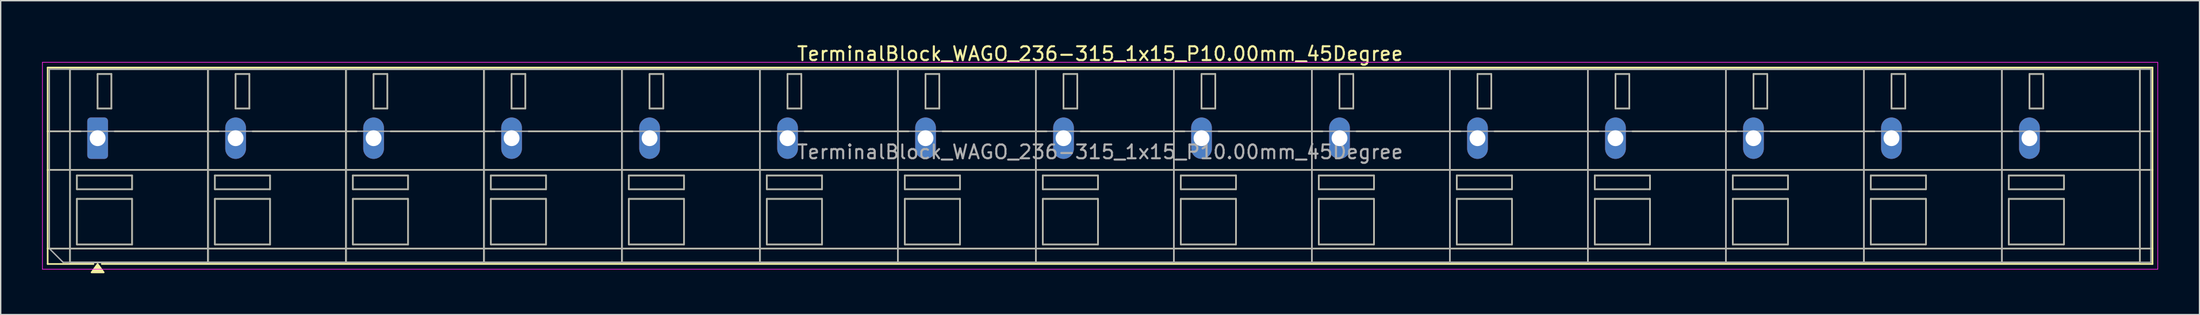
<source format=kicad_pcb>
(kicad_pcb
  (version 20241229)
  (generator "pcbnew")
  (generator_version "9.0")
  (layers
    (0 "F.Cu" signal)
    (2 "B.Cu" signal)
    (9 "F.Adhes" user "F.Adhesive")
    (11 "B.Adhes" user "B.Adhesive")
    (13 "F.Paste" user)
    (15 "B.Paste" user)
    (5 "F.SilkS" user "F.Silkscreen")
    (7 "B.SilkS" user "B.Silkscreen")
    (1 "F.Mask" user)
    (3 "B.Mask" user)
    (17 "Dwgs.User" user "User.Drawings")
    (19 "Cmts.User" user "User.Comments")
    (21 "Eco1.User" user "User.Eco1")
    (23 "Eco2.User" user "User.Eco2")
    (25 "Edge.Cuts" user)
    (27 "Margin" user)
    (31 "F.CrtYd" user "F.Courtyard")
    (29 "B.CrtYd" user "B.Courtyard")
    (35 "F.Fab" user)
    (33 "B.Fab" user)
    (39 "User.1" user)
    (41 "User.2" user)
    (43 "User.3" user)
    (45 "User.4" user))
  (footprint "TerminalBlock_WAGO_236-315_1x15_P10.00mm_45Degree"
    (layer "F.Cu")
    (at 4.025 6.968)
    (property "Reference" "TerminalBlock_WAGO_236-315_1x15_P10.00mm_45Degree" (at 72.65 -6.12 0) (layer "F.SilkS") (effects (font (size 1 1) (thickness 0.15))))
    (attr through_hole)
    (fp_line (start -3.62 -5.12) (end 148.92 -5.12) (stroke (width 0.12) (type solid)) (layer "F.SilkS"))
    (fp_line (start -3.62 -0.5) (end -1.23 -0.5) (stroke (width 0.12) (type solid)) (layer "F.SilkS"))
    (fp_line (start -3.62 2.3) (end 148.92 2.3) (stroke (width 0.12) (type solid)) (layer "F.SilkS"))
    (fp_line (start -3.62 8) (end 148.92 8) (stroke (width 0.12) (type solid)) (layer "F.SilkS"))
    (fp_line (start -3.62 9.12) (end -3.62 -5.12) (stroke (width 0.12) (type solid)) (layer "F.SilkS"))
    (fp_line (start -2 -5) (end 8 -5) (stroke (width 0.12) (type solid)) (layer "F.SilkS"))
    (fp_line (start -2 9) (end -2 -5) (stroke (width 0.12) (type solid)) (layer "F.SilkS"))
    (fp_line (start -1.5 2.7) (end 2.5 2.7) (stroke (width 0.12) (type solid)) (layer "F.SilkS"))
    (fp_line (start -1.5 3.7) (end -1.5 2.7) (stroke (width 0.12) (type solid)) (layer "F.SilkS"))
    (fp_line (start -1.5 4.4) (end 2.5 4.4) (stroke (width 0.12) (type solid)) (layer "F.SilkS"))
    (fp_line (start -1.5 7.7) (end -1.5 4.4) (stroke (width 0.12) (type solid)) (layer "F.SilkS"))
    (fp_line (start -0.3 9.12) (end -3.62 9.12) (stroke (width 0.12) (type solid)) (layer "F.SilkS"))
    (fp_line (start 0 -4.65) (end 1 -4.65) (stroke (width 0.12) (type solid)) (layer "F.SilkS"))
    (fp_line (start 0 -2.15) (end 0 -4.65) (stroke (width 0.12) (type solid)) (layer "F.SilkS"))
    (fp_line (start 1 -4.65) (end 1 -2.15) (stroke (width 0.12) (type solid)) (layer "F.SilkS"))
    (fp_line (start 1 -2.15) (end 0 -2.15) (stroke (width 0.12) (type solid)) (layer "F.SilkS"))
    (fp_line (start 1.23 -0.5) (end 8.77 -0.5) (stroke (width 0.12) (type solid)) (layer "F.SilkS"))
    (fp_line (start 2.5 2.7) (end 2.5 3.7) (stroke (width 0.12) (type solid)) (layer "F.SilkS"))
    (fp_line (start 2.5 3.7) (end -1.5 3.7) (stroke (width 0.12) (type solid)) (layer "F.SilkS"))
    (fp_line (start 2.5 4.4) (end 2.5 7.7) (stroke (width 0.12) (type solid)) (layer "F.SilkS"))
    (fp_line (start 2.5 7.7) (end -1.5 7.7) (stroke (width 0.12) (type solid)) (layer "F.SilkS"))
    (fp_line (start 8 -5) (end 8 9) (stroke (width 0.12) (type solid)) (layer "F.SilkS"))
    (fp_line (start 8 -5) (end 18 -5) (stroke (width 0.12) (type solid)) (layer "F.SilkS"))
    (fp_line (start 8 9) (end -2 9) (stroke (width 0.12) (type solid)) (layer "F.SilkS"))
    (fp_line (start 8 9) (end 8 -5) (stroke (width 0.12) (type solid)) (layer "F.SilkS"))
    (fp_line (start 8.5 2.7) (end 12.5 2.7) (stroke (width 0.12) (type solid)) (layer "F.SilkS"))
    (fp_line (start 8.5 3.7) (end 8.5 2.7) (stroke (width 0.12) (type solid)) (layer "F.SilkS"))
    (fp_line (start 8.5 4.4) (end 12.5 4.4) (stroke (width 0.12) (type solid)) (layer "F.SilkS"))
    (fp_line (start 8.5 7.7) (end 8.5 4.4) (stroke (width 0.12) (type solid)) (layer "F.SilkS"))
    (fp_line (start 10 -4.65) (end 11 -4.65) (stroke (width 0.12) (type solid)) (layer "F.SilkS"))
    (fp_line (start 10 -2.15) (end 10 -4.65) (stroke (width 0.12) (type solid)) (layer "F.SilkS"))
    (fp_line (start 11 -4.65) (end 11 -2.15) (stroke (width 0.12) (type solid)) (layer "F.SilkS"))
    (fp_line (start 11 -2.15) (end 10 -2.15) (stroke (width 0.12) (type solid)) (layer "F.SilkS"))
    (fp_line (start 11.23 -0.5) (end 18.77 -0.5) (stroke (width 0.12) (type solid)) (layer "F.SilkS"))
    (fp_line (start 12.5 2.7) (end 12.5 3.7) (stroke (width 0.12) (type solid)) (layer "F.SilkS"))
    (fp_line (start 12.5 3.7) (end 8.5 3.7) (stroke (width 0.12) (type solid)) (layer "F.SilkS"))
    (fp_line (start 12.5 4.4) (end 12.5 7.7) (stroke (width 0.12) (type solid)) (layer "F.SilkS"))
    (fp_line (start 12.5 7.7) (end 8.5 7.7) (stroke (width 0.12) (type solid)) (layer "F.SilkS"))
    (fp_line (start 18 -5) (end 18 9) (stroke (width 0.12) (type solid)) (layer "F.SilkS"))
    (fp_line (start 18 -5) (end 28 -5) (stroke (width 0.12) (type solid)) (layer "F.SilkS"))
    (fp_line (start 18 9) (end 8 9) (stroke (width 0.12) (type solid)) (layer "F.SilkS"))
    (fp_line (start 18 9) (end 18 -5) (stroke (width 0.12) (type solid)) (layer "F.SilkS"))
    (fp_line (start 18.5 2.7) (end 22.5 2.7) (stroke (width 0.12) (type solid)) (layer "F.SilkS"))
    (fp_line (start 18.5 3.7) (end 18.5 2.7) (stroke (width 0.12) (type solid)) (layer "F.SilkS"))
    (fp_line (start 18.5 4.4) (end 22.5 4.4) (stroke (width 0.12) (type solid)) (layer "F.SilkS"))
    (fp_line (start 18.5 7.7) (end 18.5 4.4) (stroke (width 0.12) (type solid)) (layer "F.SilkS"))
    (fp_line (start 20 -4.65) (end 21 -4.65) (stroke (width 0.12) (type solid)) (layer "F.SilkS"))
    (fp_line (start 20 -2.15) (end 20 -4.65) (stroke (width 0.12) (type solid)) (layer "F.SilkS"))
    (fp_line (start 21 -4.65) (end 21 -2.15) (stroke (width 0.12) (type solid)) (layer "F.SilkS"))
    (fp_line (start 21 -2.15) (end 20 -2.15) (stroke (width 0.12) (type solid)) (layer "F.SilkS"))
    (fp_line (start 21.23 -0.5) (end 28.77 -0.5) (stroke (width 0.12) (type solid)) (layer "F.SilkS"))
    (fp_line (start 22.5 2.7) (end 22.5 3.7) (stroke (width 0.12) (type solid)) (layer "F.SilkS"))
    (fp_line (start 22.5 3.7) (end 18.5 3.7) (stroke (width 0.12) (type solid)) (layer "F.SilkS"))
    (fp_line (start 22.5 4.4) (end 22.5 7.7) (stroke (width 0.12) (type solid)) (layer "F.SilkS"))
    (fp_line (start 22.5 7.7) (end 18.5 7.7) (stroke (width 0.12) (type solid)) (layer "F.SilkS"))
    (fp_line (start 28 -5) (end 28 9) (stroke (width 0.12) (type solid)) (layer "F.SilkS"))
    (fp_line (start 28 -5) (end 38 -5) (stroke (width 0.12) (type solid)) (layer "F.SilkS"))
    (fp_line (start 28 9) (end 18 9) (stroke (width 0.12) (type solid)) (layer "F.SilkS"))
    (fp_line (start 28 9) (end 28 -5) (stroke (width 0.12) (type solid)) (layer "F.SilkS"))
    (fp_line (start 28.5 2.7) (end 32.5 2.7) (stroke (width 0.12) (type solid)) (layer "F.SilkS"))
    (fp_line (start 28.5 3.7) (end 28.5 2.7) (stroke (width 0.12) (type solid)) (layer "F.SilkS"))
    (fp_line (start 28.5 4.4) (end 32.5 4.4) (stroke (width 0.12) (type solid)) (layer "F.SilkS"))
    (fp_line (start 28.5 7.7) (end 28.5 4.4) (stroke (width 0.12) (type solid)) (layer "F.SilkS"))
    (fp_line (start 30 -4.65) (end 31 -4.65) (stroke (width 0.12) (type solid)) (layer "F.SilkS"))
    (fp_line (start 30 -2.15) (end 30 -4.65) (stroke (width 0.12) (type solid)) (layer "F.SilkS"))
    (fp_line (start 31 -4.65) (end 31 -2.15) (stroke (width 0.12) (type solid)) (layer "F.SilkS"))
    (fp_line (start 31 -2.15) (end 30 -2.15) (stroke (width 0.12) (type solid)) (layer "F.SilkS"))
    (fp_line (start 31.23 -0.5) (end 38.77 -0.5) (stroke (width 0.12) (type solid)) (layer "F.SilkS"))
    (fp_line (start 32.5 2.7) (end 32.5 3.7) (stroke (width 0.12) (type solid)) (layer "F.SilkS"))
    (fp_line (start 32.5 3.7) (end 28.5 3.7) (stroke (width 0.12) (type solid)) (layer "F.SilkS"))
    (fp_line (start 32.5 4.4) (end 32.5 7.7) (stroke (width 0.12) (type solid)) (layer "F.SilkS"))
    (fp_line (start 32.5 7.7) (end 28.5 7.7) (stroke (width 0.12) (type solid)) (layer "F.SilkS"))
    (fp_line (start 38 -5) (end 38 9) (stroke (width 0.12) (type solid)) (layer "F.SilkS"))
    (fp_line (start 38 -5) (end 48 -5) (stroke (width 0.12) (type solid)) (layer "F.SilkS"))
    (fp_line (start 38 9) (end 28 9) (stroke (width 0.12) (type solid)) (layer "F.SilkS"))
    (fp_line (start 38 9) (end 38 -5) (stroke (width 0.12) (type solid)) (layer "F.SilkS"))
    (fp_line (start 38.5 2.7) (end 42.5 2.7) (stroke (width 0.12) (type solid)) (layer "F.SilkS"))
    (fp_line (start 38.5 3.7) (end 38.5 2.7) (stroke (width 0.12) (type solid)) (layer "F.SilkS"))
    (fp_line (start 38.5 4.4) (end 42.5 4.4) (stroke (width 0.12) (type solid)) (layer "F.SilkS"))
    (fp_line (start 38.5 7.7) (end 38.5 4.4) (stroke (width 0.12) (type solid)) (layer "F.SilkS"))
    (fp_line (start 40 -4.65) (end 41 -4.65) (stroke (width 0.12) (type solid)) (layer "F.SilkS"))
    (fp_line (start 40 -2.15) (end 40 -4.65) (stroke (width 0.12) (type solid)) (layer "F.SilkS"))
    (fp_line (start 41 -4.65) (end 41 -2.15) (stroke (width 0.12) (type solid)) (layer "F.SilkS"))
    (fp_line (start 41 -2.15) (end 40 -2.15) (stroke (width 0.12) (type solid)) (layer "F.SilkS"))
    (fp_line (start 41.23 -0.5) (end 48.77 -0.5) (stroke (width 0.12) (type solid)) (layer "F.SilkS"))
    (fp_line (start 42.5 2.7) (end 42.5 3.7) (stroke (width 0.12) (type solid)) (layer "F.SilkS"))
    (fp_line (start 42.5 3.7) (end 38.5 3.7) (stroke (width 0.12) (type solid)) (layer "F.SilkS"))
    (fp_line (start 42.5 4.4) (end 42.5 7.7) (stroke (width 0.12) (type solid)) (layer "F.SilkS"))
    (fp_line (start 42.5 7.7) (end 38.5 7.7) (stroke (width 0.12) (type solid)) (layer "F.SilkS"))
    (fp_line (start 48 -5) (end 48 9) (stroke (width 0.12) (type solid)) (layer "F.SilkS"))
    (fp_line (start 48 -5) (end 58 -5) (stroke (width 0.12) (type solid)) (layer "F.SilkS"))
    (fp_line (start 48 9) (end 38 9) (stroke (width 0.12) (type solid)) (layer "F.SilkS"))
    (fp_line (start 48 9) (end 48 -5) (stroke (width 0.12) (type solid)) (layer "F.SilkS"))
    (fp_line (start 48.5 2.7) (end 52.5 2.7) (stroke (width 0.12) (type solid)) (layer "F.SilkS"))
    (fp_line (start 48.5 3.7) (end 48.5 2.7) (stroke (width 0.12) (type solid)) (layer "F.SilkS"))
    (fp_line (start 48.5 4.4) (end 52.5 4.4) (stroke (width 0.12) (type solid)) (layer "F.SilkS"))
    (fp_line (start 48.5 7.7) (end 48.5 4.4) (stroke (width 0.12) (type solid)) (layer "F.SilkS"))
    (fp_line (start 50 -4.65) (end 51 -4.65) (stroke (width 0.12) (type solid)) (layer "F.SilkS"))
    (fp_line (start 50 -2.15) (end 50 -4.65) (stroke (width 0.12) (type solid)) (layer "F.SilkS"))
    (fp_line (start 51 -4.65) (end 51 -2.15) (stroke (width 0.12) (type solid)) (layer "F.SilkS"))
    (fp_line (start 51 -2.15) (end 50 -2.15) (stroke (width 0.12) (type solid)) (layer "F.SilkS"))
    (fp_line (start 51.23 -0.5) (end 58.77 -0.5) (stroke (width 0.12) (type solid)) (layer "F.SilkS"))
    (fp_line (start 52.5 2.7) (end 52.5 3.7) (stroke (width 0.12) (type solid)) (layer "F.SilkS"))
    (fp_line (start 52.5 3.7) (end 48.5 3.7) (stroke (width 0.12) (type solid)) (layer "F.SilkS"))
    (fp_line (start 52.5 4.4) (end 52.5 7.7) (stroke (width 0.12) (type solid)) (layer "F.SilkS"))
    (fp_line (start 52.5 7.7) (end 48.5 7.7) (stroke (width 0.12) (type solid)) (layer "F.SilkS"))
    (fp_line (start 58 -5) (end 58 9) (stroke (width 0.12) (type solid)) (layer "F.SilkS"))
    (fp_line (start 58 -5) (end 68 -5) (stroke (width 0.12) (type solid)) (layer "F.SilkS"))
    (fp_line (start 58 9) (end 48 9) (stroke (width 0.12) (type solid)) (layer "F.SilkS"))
    (fp_line (start 58 9) (end 58 -5) (stroke (width 0.12) (type solid)) (layer "F.SilkS"))
    (fp_line (start 58.5 2.7) (end 62.5 2.7) (stroke (width 0.12) (type solid)) (layer "F.SilkS"))
    (fp_line (start 58.5 3.7) (end 58.5 2.7) (stroke (width 0.12) (type solid)) (layer "F.SilkS"))
    (fp_line (start 58.5 4.4) (end 62.5 4.4) (stroke (width 0.12) (type solid)) (layer "F.SilkS"))
    (fp_line (start 58.5 7.7) (end 58.5 4.4) (stroke (width 0.12) (type solid)) (layer "F.SilkS"))
    (fp_line (start 60 -4.65) (end 61 -4.65) (stroke (width 0.12) (type solid)) (layer "F.SilkS"))
    (fp_line (start 60 -2.15) (end 60 -4.65) (stroke (width 0.12) (type solid)) (layer "F.SilkS"))
    (fp_line (start 61 -4.65) (end 61 -2.15) (stroke (width 0.12) (type solid)) (layer "F.SilkS"))
    (fp_line (start 61 -2.15) (end 60 -2.15) (stroke (width 0.12) (type solid)) (layer "F.SilkS"))
    (fp_line (start 61.23 -0.5) (end 68.77 -0.5) (stroke (width 0.12) (type solid)) (layer "F.SilkS"))
    (fp_line (start 62.5 2.7) (end 62.5 3.7) (stroke (width 0.12) (type solid)) (layer "F.SilkS"))
    (fp_line (start 62.5 3.7) (end 58.5 3.7) (stroke (width 0.12) (type solid)) (layer "F.SilkS"))
    (fp_line (start 62.5 4.4) (end 62.5 7.7) (stroke (width 0.12) (type solid)) (layer "F.SilkS"))
    (fp_line (start 62.5 7.7) (end 58.5 7.7) (stroke (width 0.12) (type solid)) (layer "F.SilkS"))
    (fp_line (start 68 -5) (end 68 9) (stroke (width 0.12) (type solid)) (layer "F.SilkS"))
    (fp_line (start 68 -5) (end 78 -5) (stroke (width 0.12) (type solid)) (layer "F.SilkS"))
    (fp_line (start 68 9) (end 58 9) (stroke (width 0.12) (type solid)) (layer "F.SilkS"))
    (fp_line (start 68 9) (end 68 -5) (stroke (width 0.12) (type solid)) (layer "F.SilkS"))
    (fp_line (start 68.5 2.7) (end 72.5 2.7) (stroke (width 0.12) (type solid)) (layer "F.SilkS"))
    (fp_line (start 68.5 3.7) (end 68.5 2.7) (stroke (width 0.12) (type solid)) (layer "F.SilkS"))
    (fp_line (start 68.5 4.4) (end 72.5 4.4) (stroke (width 0.12) (type solid)) (layer "F.SilkS"))
    (fp_line (start 68.5 7.7) (end 68.5 4.4) (stroke (width 0.12) (type solid)) (layer "F.SilkS"))
    (fp_line (start 70 -4.65) (end 71 -4.65) (stroke (width 0.12) (type solid)) (layer "F.SilkS"))
    (fp_line (start 70 -2.15) (end 70 -4.65) (stroke (width 0.12) (type solid)) (layer "F.SilkS"))
    (fp_line (start 71 -4.65) (end 71 -2.15) (stroke (width 0.12) (type solid)) (layer "F.SilkS"))
    (fp_line (start 71 -2.15) (end 70 -2.15) (stroke (width 0.12) (type solid)) (layer "F.SilkS"))
    (fp_line (start 71.23 -0.5) (end 78.77 -0.5) (stroke (width 0.12) (type solid)) (layer "F.SilkS"))
    (fp_line (start 72.5 2.7) (end 72.5 3.7) (stroke (width 0.12) (type solid)) (layer "F.SilkS"))
    (fp_line (start 72.5 3.7) (end 68.5 3.7) (stroke (width 0.12) (type solid)) (layer "F.SilkS"))
    (fp_line (start 72.5 4.4) (end 72.5 7.7) (stroke (width 0.12) (type solid)) (layer "F.SilkS"))
    (fp_line (start 72.5 7.7) (end 68.5 7.7) (stroke (width 0.12) (type solid)) (layer "F.SilkS"))
    (fp_line (start 78 -5) (end 78 9) (stroke (width 0.12) (type solid)) (layer "F.SilkS"))
    (fp_line (start 78 -5) (end 88 -5) (stroke (width 0.12) (type solid)) (layer "F.SilkS"))
    (fp_line (start 78 9) (end 68 9) (stroke (width 0.12) (type solid)) (layer "F.SilkS"))
    (fp_line (start 78 9) (end 78 -5) (stroke (width 0.12) (type solid)) (layer "F.SilkS"))
    (fp_line (start 78.5 2.7) (end 82.5 2.7) (stroke (width 0.12) (type solid)) (layer "F.SilkS"))
    (fp_line (start 78.5 3.7) (end 78.5 2.7) (stroke (width 0.12) (type solid)) (layer "F.SilkS"))
    (fp_line (start 78.5 4.4) (end 82.5 4.4) (stroke (width 0.12) (type solid)) (layer "F.SilkS"))
    (fp_line (start 78.5 7.7) (end 78.5 4.4) (stroke (width 0.12) (type solid)) (layer "F.SilkS"))
    (fp_line (start 80 -4.65) (end 81 -4.65) (stroke (width 0.12) (type solid)) (layer "F.SilkS"))
    (fp_line (start 80 -2.15) (end 80 -4.65) (stroke (width 0.12) (type solid)) (layer "F.SilkS"))
    (fp_line (start 81 -4.65) (end 81 -2.15) (stroke (width 0.12) (type solid)) (layer "F.SilkS"))
    (fp_line (start 81 -2.15) (end 80 -2.15) (stroke (width 0.12) (type solid)) (layer "F.SilkS"))
    (fp_line (start 81.23 -0.5) (end 88.77 -0.5) (stroke (width 0.12) (type solid)) (layer "F.SilkS"))
    (fp_line (start 82.5 2.7) (end 82.5 3.7) (stroke (width 0.12) (type solid)) (layer "F.SilkS"))
    (fp_line (start 82.5 3.7) (end 78.5 3.7) (stroke (width 0.12) (type solid)) (layer "F.SilkS"))
    (fp_line (start 82.5 4.4) (end 82.5 7.7) (stroke (width 0.12) (type solid)) (layer "F.SilkS"))
    (fp_line (start 82.5 7.7) (end 78.5 7.7) (stroke (width 0.12) (type solid)) (layer "F.SilkS"))
    (fp_line (start 88 -5) (end 88 9) (stroke (width 0.12) (type solid)) (layer "F.SilkS"))
    (fp_line (start 88 -5) (end 98 -5) (stroke (width 0.12) (type solid)) (layer "F.SilkS"))
    (fp_line (start 88 9) (end 78 9) (stroke (width 0.12) (type solid)) (layer "F.SilkS"))
    (fp_line (start 88 9) (end 88 -5) (stroke (width 0.12) (type solid)) (layer "F.SilkS"))
    (fp_line (start 88.5 2.7) (end 92.5 2.7) (stroke (width 0.12) (type solid)) (layer "F.SilkS"))
    (fp_line (start 88.5 3.7) (end 88.5 2.7) (stroke (width 0.12) (type solid)) (layer "F.SilkS"))
    (fp_line (start 88.5 4.4) (end 92.5 4.4) (stroke (width 0.12) (type solid)) (layer "F.SilkS"))
    (fp_line (start 88.5 7.7) (end 88.5 4.4) (stroke (width 0.12) (type solid)) (layer "F.SilkS"))
    (fp_line (start 90 -4.65) (end 91 -4.65) (stroke (width 0.12) (type solid)) (layer "F.SilkS"))
    (fp_line (start 90 -2.15) (end 90 -4.65) (stroke (width 0.12) (type solid)) (layer "F.SilkS"))
    (fp_line (start 91 -4.65) (end 91 -2.15) (stroke (width 0.12) (type solid)) (layer "F.SilkS"))
    (fp_line (start 91 -2.15) (end 90 -2.15) (stroke (width 0.12) (type solid)) (layer "F.SilkS"))
    (fp_line (start 91.23 -0.5) (end 98.77 -0.5) (stroke (width 0.12) (type solid)) (layer "F.SilkS"))
    (fp_line (start 92.5 2.7) (end 92.5 3.7) (stroke (width 0.12) (type solid)) (layer "F.SilkS"))
    (fp_line (start 92.5 3.7) (end 88.5 3.7) (stroke (width 0.12) (type solid)) (layer "F.SilkS"))
    (fp_line (start 92.5 4.4) (end 92.5 7.7) (stroke (width 0.12) (type solid)) (layer "F.SilkS"))
    (fp_line (start 92.5 7.7) (end 88.5 7.7) (stroke (width 0.12) (type solid)) (layer "F.SilkS"))
    (fp_line (start 98 -5) (end 98 9) (stroke (width 0.12) (type solid)) (layer "F.SilkS"))
    (fp_line (start 98 -5) (end 108 -5) (stroke (width 0.12) (type solid)) (layer "F.SilkS"))
    (fp_line (start 98 9) (end 88 9) (stroke (width 0.12) (type solid)) (layer "F.SilkS"))
    (fp_line (start 98 9) (end 98 -5) (stroke (width 0.12) (type solid)) (layer "F.SilkS"))
    (fp_line (start 98.5 2.7) (end 102.5 2.7) (stroke (width 0.12) (type solid)) (layer "F.SilkS"))
    (fp_line (start 98.5 3.7) (end 98.5 2.7) (stroke (width 0.12) (type solid)) (layer "F.SilkS"))
    (fp_line (start 98.5 4.4) (end 102.5 4.4) (stroke (width 0.12) (type solid)) (layer "F.SilkS"))
    (fp_line (start 98.5 7.7) (end 98.5 4.4) (stroke (width 0.12) (type solid)) (layer "F.SilkS"))
    (fp_line (start 100 -4.65) (end 101 -4.65) (stroke (width 0.12) (type solid)) (layer "F.SilkS"))
    (fp_line (start 100 -2.15) (end 100 -4.65) (stroke (width 0.12) (type solid)) (layer "F.SilkS"))
    (fp_line (start 101 -4.65) (end 101 -2.15) (stroke (width 0.12) (type solid)) (layer "F.SilkS"))
    (fp_line (start 101 -2.15) (end 100 -2.15) (stroke (width 0.12) (type solid)) (layer "F.SilkS"))
    (fp_line (start 101.23 -0.5) (end 108.77 -0.5) (stroke (width 0.12) (type solid)) (layer "F.SilkS"))
    (fp_line (start 102.5 2.7) (end 102.5 3.7) (stroke (width 0.12) (type solid)) (layer "F.SilkS"))
    (fp_line (start 102.5 3.7) (end 98.5 3.7) (stroke (width 0.12) (type solid)) (layer "F.SilkS"))
    (fp_line (start 102.5 4.4) (end 102.5 7.7) (stroke (width 0.12) (type solid)) (layer "F.SilkS"))
    (fp_line (start 102.5 7.7) (end 98.5 7.7) (stroke (width 0.12) (type solid)) (layer "F.SilkS"))
    (fp_line (start 108 -5) (end 108 9) (stroke (width 0.12) (type solid)) (layer "F.SilkS"))
    (fp_line (start 108 -5) (end 118 -5) (stroke (width 0.12) (type solid)) (layer "F.SilkS"))
    (fp_line (start 108 9) (end 98 9) (stroke (width 0.12) (type solid)) (layer "F.SilkS"))
    (fp_line (start 108 9) (end 108 -5) (stroke (width 0.12) (type solid)) (layer "F.SilkS"))
    (fp_line (start 108.5 2.7) (end 112.5 2.7) (stroke (width 0.12) (type solid)) (layer "F.SilkS"))
    (fp_line (start 108.5 3.7) (end 108.5 2.7) (stroke (width 0.12) (type solid)) (layer "F.SilkS"))
    (fp_line (start 108.5 4.4) (end 112.5 4.4) (stroke (width 0.12) (type solid)) (layer "F.SilkS"))
    (fp_line (start 108.5 7.7) (end 108.5 4.4) (stroke (width 0.12) (type solid)) (layer "F.SilkS"))
    (fp_line (start 110 -4.65) (end 111 -4.65) (stroke (width 0.12) (type solid)) (layer "F.SilkS"))
    (fp_line (start 110 -2.15) (end 110 -4.65) (stroke (width 0.12) (type solid)) (layer "F.SilkS"))
    (fp_line (start 111 -4.65) (end 111 -2.15) (stroke (width 0.12) (type solid)) (layer "F.SilkS"))
    (fp_line (start 111 -2.15) (end 110 -2.15) (stroke (width 0.12) (type solid)) (layer "F.SilkS"))
    (fp_line (start 111.23 -0.5) (end 118.77 -0.5) (stroke (width 0.12) (type solid)) (layer "F.SilkS"))
    (fp_line (start 112.5 2.7) (end 112.5 3.7) (stroke (width 0.12) (type solid)) (layer "F.SilkS"))
    (fp_line (start 112.5 3.7) (end 108.5 3.7) (stroke (width 0.12) (type solid)) (layer "F.SilkS"))
    (fp_line (start 112.5 4.4) (end 112.5 7.7) (stroke (width 0.12) (type solid)) (layer "F.SilkS"))
    (fp_line (start 112.5 7.7) (end 108.5 7.7) (stroke (width 0.12) (type solid)) (layer "F.SilkS"))
    (fp_line (start 118 -5) (end 118 9) (stroke (width 0.12) (type solid)) (layer "F.SilkS"))
    (fp_line (start 118 -5) (end 128 -5) (stroke (width 0.12) (type solid)) (layer "F.SilkS"))
    (fp_line (start 118 9) (end 108 9) (stroke (width 0.12) (type solid)) (layer "F.SilkS"))
    (fp_line (start 118 9) (end 118 -5) (stroke (width 0.12) (type solid)) (layer "F.SilkS"))
    (fp_line (start 118.5 2.7) (end 122.5 2.7) (stroke (width 0.12) (type solid)) (layer "F.SilkS"))
    (fp_line (start 118.5 3.7) (end 118.5 2.7) (stroke (width 0.12) (type solid)) (layer "F.SilkS"))
    (fp_line (start 118.5 4.4) (end 122.5 4.4) (stroke (width 0.12) (type solid)) (layer "F.SilkS"))
    (fp_line (start 118.5 7.7) (end 118.5 4.4) (stroke (width 0.12) (type solid)) (layer "F.SilkS"))
    (fp_line (start 120 -4.65) (end 121 -4.65) (stroke (width 0.12) (type solid)) (layer "F.SilkS"))
    (fp_line (start 120 -2.15) (end 120 -4.65) (stroke (width 0.12) (type solid)) (layer "F.SilkS"))
    (fp_line (start 121 -4.65) (end 121 -2.15) (stroke (width 0.12) (type solid)) (layer "F.SilkS"))
    (fp_line (start 121 -2.15) (end 120 -2.15) (stroke (width 0.12) (type solid)) (layer "F.SilkS"))
    (fp_line (start 121.23 -0.5) (end 128.77 -0.5) (stroke (width 0.12) (type solid)) (layer "F.SilkS"))
    (fp_line (start 122.5 2.7) (end 122.5 3.7) (stroke (width 0.12) (type solid)) (layer "F.SilkS"))
    (fp_line (start 122.5 3.7) (end 118.5 3.7) (stroke (width 0.12) (type solid)) (layer "F.SilkS"))
    (fp_line (start 122.5 4.4) (end 122.5 7.7) (stroke (width 0.12) (type solid)) (layer "F.SilkS"))
    (fp_line (start 122.5 7.7) (end 118.5 7.7) (stroke (width 0.12) (type solid)) (layer "F.SilkS"))
    (fp_line (start 128 -5) (end 128 9) (stroke (width 0.12) (type solid)) (layer "F.SilkS"))
    (fp_line (start 128 -5) (end 138 -5) (stroke (width 0.12) (type solid)) (layer "F.SilkS"))
    (fp_line (start 128 9) (end 118 9) (stroke (width 0.12) (type solid)) (layer "F.SilkS"))
    (fp_line (start 128 9) (end 128 -5) (stroke (width 0.12) (type solid)) (layer "F.SilkS"))
    (fp_line (start 128.5 2.7) (end 132.5 2.7) (stroke (width 0.12) (type solid)) (layer "F.SilkS"))
    (fp_line (start 128.5 3.7) (end 128.5 2.7) (stroke (width 0.12) (type solid)) (layer "F.SilkS"))
    (fp_line (start 128.5 4.4) (end 132.5 4.4) (stroke (width 0.12) (type solid)) (layer "F.SilkS"))
    (fp_line (start 128.5 7.7) (end 128.5 4.4) (stroke (width 0.12) (type solid)) (layer "F.SilkS"))
    (fp_line (start 130 -4.65) (end 131 -4.65) (stroke (width 0.12) (type solid)) (layer "F.SilkS"))
    (fp_line (start 130 -2.15) (end 130 -4.65) (stroke (width 0.12) (type solid)) (layer "F.SilkS"))
    (fp_line (start 131 -4.65) (end 131 -2.15) (stroke (width 0.12) (type solid)) (layer "F.SilkS"))
    (fp_line (start 131 -2.15) (end 130 -2.15) (stroke (width 0.12) (type solid)) (layer "F.SilkS"))
    (fp_line (start 131.23 -0.5) (end 138.77 -0.5) (stroke (width 0.12) (type solid)) (layer "F.SilkS"))
    (fp_line (start 132.5 2.7) (end 132.5 3.7) (stroke (width 0.12) (type solid)) (layer "F.SilkS"))
    (fp_line (start 132.5 3.7) (end 128.5 3.7) (stroke (width 0.12) (type solid)) (layer "F.SilkS"))
    (fp_line (start 132.5 4.4) (end 132.5 7.7) (stroke (width 0.12) (type solid)) (layer "F.SilkS"))
    (fp_line (start 132.5 7.7) (end 128.5 7.7) (stroke (width 0.12) (type solid)) (layer "F.SilkS"))
    (fp_line (start 138 -5) (end 138 9) (stroke (width 0.12) (type solid)) (layer "F.SilkS"))
    (fp_line (start 138 -5) (end 148 -5) (stroke (width 0.12) (type solid)) (layer "F.SilkS"))
    (fp_line (start 138 9) (end 128 9) (stroke (width 0.12) (type solid)) (layer "F.SilkS"))
    (fp_line (start 138 9) (end 138 -5) (stroke (width 0.12) (type solid)) (layer "F.SilkS"))
    (fp_line (start 138.5 2.7) (end 142.5 2.7) (stroke (width 0.12) (type solid)) (layer "F.SilkS"))
    (fp_line (start 138.5 3.7) (end 138.5 2.7) (stroke (width 0.12) (type solid)) (layer "F.SilkS"))
    (fp_line (start 138.5 4.4) (end 142.5 4.4) (stroke (width 0.12) (type solid)) (layer "F.SilkS"))
    (fp_line (start 138.5 7.7) (end 138.5 4.4) (stroke (width 0.12) (type solid)) (layer "F.SilkS"))
    (fp_line (start 140 -4.65) (end 141 -4.65) (stroke (width 0.12) (type solid)) (layer "F.SilkS"))
    (fp_line (start 140 -2.15) (end 140 -4.65) (stroke (width 0.12) (type solid)) (layer "F.SilkS"))
    (fp_line (start 141 -4.65) (end 141 -2.15) (stroke (width 0.12) (type solid)) (layer "F.SilkS"))
    (fp_line (start 141 -2.15) (end 140 -2.15) (stroke (width 0.12) (type solid)) (layer "F.SilkS"))
    (fp_line (start 141.23 -0.5) (end 148.92 -0.5) (stroke (width 0.12) (type solid)) (layer "F.SilkS"))
    (fp_line (start 142.5 2.7) (end 142.5 3.7) (stroke (width 0.12) (type solid)) (layer "F.SilkS"))
    (fp_line (start 142.5 3.7) (end 138.5 3.7) (stroke (width 0.12) (type solid)) (layer "F.SilkS"))
    (fp_line (start 142.5 4.4) (end 142.5 7.7) (stroke (width 0.12) (type solid)) (layer "F.SilkS"))
    (fp_line (start 142.5 7.7) (end 138.5 7.7) (stroke (width 0.12) (type solid)) (layer "F.SilkS"))
    (fp_line (start 148 -5) (end 148 9) (stroke (width 0.12) (type solid)) (layer "F.SilkS"))
    (fp_line (start 148 9) (end 138 9) (stroke (width 0.12) (type solid)) (layer "F.SilkS"))
    (fp_line (start 148.92 -5.12) (end 148.92 9.12) (stroke (width 0.12) (type solid)) (layer "F.SilkS"))
    (fp_line (start 148.92 9.12) (end 0.3 9.12) (stroke (width 0.12) (type solid)) (layer "F.SilkS"))
    (fp_poly (pts (xy 0 9.12) (xy 0.44 9.73) (xy -0.44 9.73)) (stroke (width 0.12) (type solid)) (fill yes) (layer "F.SilkS"))
    (fp_line (start -4 -5.5) (end -4 9.5) (stroke (width 0.05) (type solid)) (layer "F.CrtYd"))
    (fp_line (start -4 9.5) (end 149.3 9.5) (stroke (width 0.05) (type solid)) (layer "F.CrtYd"))
    (fp_line (start 149.3 -5.5) (end -4 -5.5) (stroke (width 0.05) (type solid)) (layer "F.CrtYd"))
    (fp_line (start 149.3 9.5) (end 149.3 -5.5) (stroke (width 0.05) (type solid)) (layer "F.CrtYd"))
    (fp_line (start -3.5 -5) (end 148.8 -5) (stroke (width 0.1) (type solid)) (layer "F.Fab"))
    (fp_line (start -3.5 -0.5) (end 148.8 -0.5) (stroke (width 0.1) (type solid)) (layer "F.Fab"))
    (fp_line (start -3.5 2.3) (end 148.8 2.3) (stroke (width 0.1) (type solid)) (layer "F.Fab"))
    (fp_line (start -3.5 8) (end -3.5 -5) (stroke (width 0.1) (type solid)) (layer "F.Fab"))
    (fp_line (start -3.5 8) (end 148.8 8) (stroke (width 0.1) (type solid)) (layer "F.Fab"))
    (fp_line (start -2.5 9) (end -3.5 8) (stroke (width 0.1) (type solid)) (layer "F.Fab"))
    (fp_line (start -2 -5) (end -2 9) (stroke (width 0.1) (type solid)) (layer "F.Fab"))
    (fp_line (start -2 9) (end 8 9) (stroke (width 0.1) (type solid)) (layer "F.Fab"))
    (fp_line (start -1.5 2.7) (end -1.5 3.7) (stroke (width 0.1) (type solid)) (layer "F.Fab"))
    (fp_line (start -1.5 3.7) (end 2.5 3.7) (stroke (width 0.1) (type solid)) (layer "F.Fab"))
    (fp_line (start -1.5 4.4) (end -1.5 7.7) (stroke (width 0.1) (type solid)) (layer "F.Fab"))
    (fp_line (start -1.5 7.7) (end 2.5 7.7) (stroke (width 0.1) (type solid)) (layer "F.Fab"))
    (fp_line (start 0 -4.65) (end 0 -2.15) (stroke (width 0.1) (type solid)) (layer "F.Fab"))
    (fp_line (start 0 -2.15) (end 1 -2.15) (stroke (width 0.1) (type solid)) (layer "F.Fab"))
    (fp_line (start 1 -4.65) (end 0 -4.65) (stroke (width 0.1) (type solid)) (layer "F.Fab"))
    (fp_line (start 1 -2.15) (end 1 -4.65) (stroke (width 0.1) (type solid)) (layer "F.Fab"))
    (fp_line (start 2.5 2.7) (end -1.5 2.7) (stroke (width 0.1) (type solid)) (layer "F.Fab"))
    (fp_line (start 2.5 3.7) (end 2.5 2.7) (stroke (width 0.1) (type solid)) (layer "F.Fab"))
    (fp_line (start 2.5 4.4) (end -1.5 4.4) (stroke (width 0.1) (type solid)) (layer "F.Fab"))
    (fp_line (start 2.5 7.7) (end 2.5 4.4) (stroke (width 0.1) (type solid)) (layer "F.Fab"))
    (fp_line (start 8 -5) (end -2 -5) (stroke (width 0.1) (type solid)) (layer "F.Fab"))
    (fp_line (start 8 -5) (end 8 9) (stroke (width 0.1) (type solid)) (layer "F.Fab"))
    (fp_line (start 8 9) (end 8 -5) (stroke (width 0.1) (type solid)) (layer "F.Fab"))
    (fp_line (start 8 9) (end 18 9) (stroke (width 0.1) (type solid)) (layer "F.Fab"))
    (fp_line (start 8.5 2.7) (end 8.5 3.7) (stroke (width 0.1) (type solid)) (layer "F.Fab"))
    (fp_line (start 8.5 3.7) (end 12.5 3.7) (stroke (width 0.1) (type solid)) (layer "F.Fab"))
    (fp_line (start 8.5 4.4) (end 8.5 7.7) (stroke (width 0.1) (type solid)) (layer "F.Fab"))
    (fp_line (start 8.5 7.7) (end 12.5 7.7) (stroke (width 0.1) (type solid)) (layer "F.Fab"))
    (fp_line (start 10 -4.65) (end 10 -2.15) (stroke (width 0.1) (type solid)) (layer "F.Fab"))
    (fp_line (start 10 -2.15) (end 11 -2.15) (stroke (width 0.1) (type solid)) (layer "F.Fab"))
    (fp_line (start 11 -4.65) (end 10 -4.65) (stroke (width 0.1) (type solid)) (layer "F.Fab"))
    (fp_line (start 11 -2.15) (end 11 -4.65) (stroke (width 0.1) (type solid)) (layer "F.Fab"))
    (fp_line (start 12.5 2.7) (end 8.5 2.7) (stroke (width 0.1) (type solid)) (layer "F.Fab"))
    (fp_line (start 12.5 3.7) (end 12.5 2.7) (stroke (width 0.1) (type solid)) (layer "F.Fab"))
    (fp_line (start 12.5 4.4) (end 8.5 4.4) (stroke (width 0.1) (type solid)) (layer "F.Fab"))
    (fp_line (start 12.5 7.7) (end 12.5 4.4) (stroke (width 0.1) (type solid)) (layer "F.Fab"))
    (fp_line (start 18 -5) (end 8 -5) (stroke (width 0.1) (type solid)) (layer "F.Fab"))
    (fp_line (start 18 -5) (end 18 9) (stroke (width 0.1) (type solid)) (layer "F.Fab"))
    (fp_line (start 18 9) (end 18 -5) (stroke (width 0.1) (type solid)) (layer "F.Fab"))
    (fp_line (start 18 9) (end 28 9) (stroke (width 0.1) (type solid)) (layer "F.Fab"))
    (fp_line (start 18.5 2.7) (end 18.5 3.7) (stroke (width 0.1) (type solid)) (layer "F.Fab"))
    (fp_line (start 18.5 3.7) (end 22.5 3.7) (stroke (width 0.1) (type solid)) (layer "F.Fab"))
    (fp_line (start 18.5 4.4) (end 18.5 7.7) (stroke (width 0.1) (type solid)) (layer "F.Fab"))
    (fp_line (start 18.5 7.7) (end 22.5 7.7) (stroke (width 0.1) (type solid)) (layer "F.Fab"))
    (fp_line (start 20 -4.65) (end 20 -2.15) (stroke (width 0.1) (type solid)) (layer "F.Fab"))
    (fp_line (start 20 -2.15) (end 21 -2.15) (stroke (width 0.1) (type solid)) (layer "F.Fab"))
    (fp_line (start 21 -4.65) (end 20 -4.65) (stroke (width 0.1) (type solid)) (layer "F.Fab"))
    (fp_line (start 21 -2.15) (end 21 -4.65) (stroke (width 0.1) (type solid)) (layer "F.Fab"))
    (fp_line (start 22.5 2.7) (end 18.5 2.7) (stroke (width 0.1) (type solid)) (layer "F.Fab"))
    (fp_line (start 22.5 3.7) (end 22.5 2.7) (stroke (width 0.1) (type solid)) (layer "F.Fab"))
    (fp_line (start 22.5 4.4) (end 18.5 4.4) (stroke (width 0.1) (type solid)) (layer "F.Fab"))
    (fp_line (start 22.5 7.7) (end 22.5 4.4) (stroke (width 0.1) (type solid)) (layer "F.Fab"))
    (fp_line (start 28 -5) (end 18 -5) (stroke (width 0.1) (type solid)) (layer "F.Fab"))
    (fp_line (start 28 -5) (end 28 9) (stroke (width 0.1) (type solid)) (layer "F.Fab"))
    (fp_line (start 28 9) (end 28 -5) (stroke (width 0.1) (type solid)) (layer "F.Fab"))
    (fp_line (start 28 9) (end 38 9) (stroke (width 0.1) (type solid)) (layer "F.Fab"))
    (fp_line (start 28.5 2.7) (end 28.5 3.7) (stroke (width 0.1) (type solid)) (layer "F.Fab"))
    (fp_line (start 28.5 3.7) (end 32.5 3.7) (stroke (width 0.1) (type solid)) (layer "F.Fab"))
    (fp_line (start 28.5 4.4) (end 28.5 7.7) (stroke (width 0.1) (type solid)) (layer "F.Fab"))
    (fp_line (start 28.5 7.7) (end 32.5 7.7) (stroke (width 0.1) (type solid)) (layer "F.Fab"))
    (fp_line (start 30 -4.65) (end 30 -2.15) (stroke (width 0.1) (type solid)) (layer "F.Fab"))
    (fp_line (start 30 -2.15) (end 31 -2.15) (stroke (width 0.1) (type solid)) (layer "F.Fab"))
    (fp_line (start 31 -4.65) (end 30 -4.65) (stroke (width 0.1) (type solid)) (layer "F.Fab"))
    (fp_line (start 31 -2.15) (end 31 -4.65) (stroke (width 0.1) (type solid)) (layer "F.Fab"))
    (fp_line (start 32.5 2.7) (end 28.5 2.7) (stroke (width 0.1) (type solid)) (layer "F.Fab"))
    (fp_line (start 32.5 3.7) (end 32.5 2.7) (stroke (width 0.1) (type solid)) (layer "F.Fab"))
    (fp_line (start 32.5 4.4) (end 28.5 4.4) (stroke (width 0.1) (type solid)) (layer "F.Fab"))
    (fp_line (start 32.5 7.7) (end 32.5 4.4) (stroke (width 0.1) (type solid)) (layer "F.Fab"))
    (fp_line (start 38 -5) (end 28 -5) (stroke (width 0.1) (type solid)) (layer "F.Fab"))
    (fp_line (start 38 -5) (end 38 9) (stroke (width 0.1) (type solid)) (layer "F.Fab"))
    (fp_line (start 38 9) (end 38 -5) (stroke (width 0.1) (type solid)) (layer "F.Fab"))
    (fp_line (start 38 9) (end 48 9) (stroke (width 0.1) (type solid)) (layer "F.Fab"))
    (fp_line (start 38.5 2.7) (end 38.5 3.7) (stroke (width 0.1) (type solid)) (layer "F.Fab"))
    (fp_line (start 38.5 3.7) (end 42.5 3.7) (stroke (width 0.1) (type solid)) (layer "F.Fab"))
    (fp_line (start 38.5 4.4) (end 38.5 7.7) (stroke (width 0.1) (type solid)) (layer "F.Fab"))
    (fp_line (start 38.5 7.7) (end 42.5 7.7) (stroke (width 0.1) (type solid)) (layer "F.Fab"))
    (fp_line (start 40 -4.65) (end 40 -2.15) (stroke (width 0.1) (type solid)) (layer "F.Fab"))
    (fp_line (start 40 -2.15) (end 41 -2.15) (stroke (width 0.1) (type solid)) (layer "F.Fab"))
    (fp_line (start 41 -4.65) (end 40 -4.65) (stroke (width 0.1) (type solid)) (layer "F.Fab"))
    (fp_line (start 41 -2.15) (end 41 -4.65) (stroke (width 0.1) (type solid)) (layer "F.Fab"))
    (fp_line (start 42.5 2.7) (end 38.5 2.7) (stroke (width 0.1) (type solid)) (layer "F.Fab"))
    (fp_line (start 42.5 3.7) (end 42.5 2.7) (stroke (width 0.1) (type solid)) (layer "F.Fab"))
    (fp_line (start 42.5 4.4) (end 38.5 4.4) (stroke (width 0.1) (type solid)) (layer "F.Fab"))
    (fp_line (start 42.5 7.7) (end 42.5 4.4) (stroke (width 0.1) (type solid)) (layer "F.Fab"))
    (fp_line (start 48 -5) (end 38 -5) (stroke (width 0.1) (type solid)) (layer "F.Fab"))
    (fp_line (start 48 -5) (end 48 9) (stroke (width 0.1) (type solid)) (layer "F.Fab"))
    (fp_line (start 48 9) (end 48 -5) (stroke (width 0.1) (type solid)) (layer "F.Fab"))
    (fp_line (start 48 9) (end 58 9) (stroke (width 0.1) (type solid)) (layer "F.Fab"))
    (fp_line (start 48.5 2.7) (end 48.5 3.7) (stroke (width 0.1) (type solid)) (layer "F.Fab"))
    (fp_line (start 48.5 3.7) (end 52.5 3.7) (stroke (width 0.1) (type solid)) (layer "F.Fab"))
    (fp_line (start 48.5 4.4) (end 48.5 7.7) (stroke (width 0.1) (type solid)) (layer "F.Fab"))
    (fp_line (start 48.5 7.7) (end 52.5 7.7) (stroke (width 0.1) (type solid)) (layer "F.Fab"))
    (fp_line (start 50 -4.65) (end 50 -2.15) (stroke (width 0.1) (type solid)) (layer "F.Fab"))
    (fp_line (start 50 -2.15) (end 51 -2.15) (stroke (width 0.1) (type solid)) (layer "F.Fab"))
    (fp_line (start 51 -4.65) (end 50 -4.65) (stroke (width 0.1) (type solid)) (layer "F.Fab"))
    (fp_line (start 51 -2.15) (end 51 -4.65) (stroke (width 0.1) (type solid)) (layer "F.Fab"))
    (fp_line (start 52.5 2.7) (end 48.5 2.7) (stroke (width 0.1) (type solid)) (layer "F.Fab"))
    (fp_line (start 52.5 3.7) (end 52.5 2.7) (stroke (width 0.1) (type solid)) (layer "F.Fab"))
    (fp_line (start 52.5 4.4) (end 48.5 4.4) (stroke (width 0.1) (type solid)) (layer "F.Fab"))
    (fp_line (start 52.5 7.7) (end 52.5 4.4) (stroke (width 0.1) (type solid)) (layer "F.Fab"))
    (fp_line (start 58 -5) (end 48 -5) (stroke (width 0.1) (type solid)) (layer "F.Fab"))
    (fp_line (start 58 -5) (end 58 9) (stroke (width 0.1) (type solid)) (layer "F.Fab"))
    (fp_line (start 58 9) (end 58 -5) (stroke (width 0.1) (type solid)) (layer "F.Fab"))
    (fp_line (start 58 9) (end 68 9) (stroke (width 0.1) (type solid)) (layer "F.Fab"))
    (fp_line (start 58.5 2.7) (end 58.5 3.7) (stroke (width 0.1) (type solid)) (layer "F.Fab"))
    (fp_line (start 58.5 3.7) (end 62.5 3.7) (stroke (width 0.1) (type solid)) (layer "F.Fab"))
    (fp_line (start 58.5 4.4) (end 58.5 7.7) (stroke (width 0.1) (type solid)) (layer "F.Fab"))
    (fp_line (start 58.5 7.7) (end 62.5 7.7) (stroke (width 0.1) (type solid)) (layer "F.Fab"))
    (fp_line (start 60 -4.65) (end 60 -2.15) (stroke (width 0.1) (type solid)) (layer "F.Fab"))
    (fp_line (start 60 -2.15) (end 61 -2.15) (stroke (width 0.1) (type solid)) (layer "F.Fab"))
    (fp_line (start 61 -4.65) (end 60 -4.65) (stroke (width 0.1) (type solid)) (layer "F.Fab"))
    (fp_line (start 61 -2.15) (end 61 -4.65) (stroke (width 0.1) (type solid)) (layer "F.Fab"))
    (fp_line (start 62.5 2.7) (end 58.5 2.7) (stroke (width 0.1) (type solid)) (layer "F.Fab"))
    (fp_line (start 62.5 3.7) (end 62.5 2.7) (stroke (width 0.1) (type solid)) (layer "F.Fab"))
    (fp_line (start 62.5 4.4) (end 58.5 4.4) (stroke (width 0.1) (type solid)) (layer "F.Fab"))
    (fp_line (start 62.5 7.7) (end 62.5 4.4) (stroke (width 0.1) (type solid)) (layer "F.Fab"))
    (fp_line (start 68 -5) (end 58 -5) (stroke (width 0.1) (type solid)) (layer "F.Fab"))
    (fp_line (start 68 -5) (end 68 9) (stroke (width 0.1) (type solid)) (layer "F.Fab"))
    (fp_line (start 68 9) (end 68 -5) (stroke (width 0.1) (type solid)) (layer "F.Fab"))
    (fp_line (start 68 9) (end 78 9) (stroke (width 0.1) (type solid)) (layer "F.Fab"))
    (fp_line (start 68.5 2.7) (end 68.5 3.7) (stroke (width 0.1) (type solid)) (layer "F.Fab"))
    (fp_line (start 68.5 3.7) (end 72.5 3.7) (stroke (width 0.1) (type solid)) (layer "F.Fab"))
    (fp_line (start 68.5 4.4) (end 68.5 7.7) (stroke (width 0.1) (type solid)) (layer "F.Fab"))
    (fp_line (start 68.5 7.7) (end 72.5 7.7) (stroke (width 0.1) (type solid)) (layer "F.Fab"))
    (fp_line (start 70 -4.65) (end 70 -2.15) (stroke (width 0.1) (type solid)) (layer "F.Fab"))
    (fp_line (start 70 -2.15) (end 71 -2.15) (stroke (width 0.1) (type solid)) (layer "F.Fab"))
    (fp_line (start 71 -4.65) (end 70 -4.65) (stroke (width 0.1) (type solid)) (layer "F.Fab"))
    (fp_line (start 71 -2.15) (end 71 -4.65) (stroke (width 0.1) (type solid)) (layer "F.Fab"))
    (fp_line (start 72.5 2.7) (end 68.5 2.7) (stroke (width 0.1) (type solid)) (layer "F.Fab"))
    (fp_line (start 72.5 3.7) (end 72.5 2.7) (stroke (width 0.1) (type solid)) (layer "F.Fab"))
    (fp_line (start 72.5 4.4) (end 68.5 4.4) (stroke (width 0.1) (type solid)) (layer "F.Fab"))
    (fp_line (start 72.5 7.7) (end 72.5 4.4) (stroke (width 0.1) (type solid)) (layer "F.Fab"))
    (fp_line (start 78 -5) (end 68 -5) (stroke (width 0.1) (type solid)) (layer "F.Fab"))
    (fp_line (start 78 -5) (end 78 9) (stroke (width 0.1) (type solid)) (layer "F.Fab"))
    (fp_line (start 78 9) (end 78 -5) (stroke (width 0.1) (type solid)) (layer "F.Fab"))
    (fp_line (start 78 9) (end 88 9) (stroke (width 0.1) (type solid)) (layer "F.Fab"))
    (fp_line (start 78.5 2.7) (end 78.5 3.7) (stroke (width 0.1) (type solid)) (layer "F.Fab"))
    (fp_line (start 78.5 3.7) (end 82.5 3.7) (stroke (width 0.1) (type solid)) (layer "F.Fab"))
    (fp_line (start 78.5 4.4) (end 78.5 7.7) (stroke (width 0.1) (type solid)) (layer "F.Fab"))
    (fp_line (start 78.5 7.7) (end 82.5 7.7) (stroke (width 0.1) (type solid)) (layer "F.Fab"))
    (fp_line (start 80 -4.65) (end 80 -2.15) (stroke (width 0.1) (type solid)) (layer "F.Fab"))
    (fp_line (start 80 -2.15) (end 81 -2.15) (stroke (width 0.1) (type solid)) (layer "F.Fab"))
    (fp_line (start 81 -4.65) (end 80 -4.65) (stroke (width 0.1) (type solid)) (layer "F.Fab"))
    (fp_line (start 81 -2.15) (end 81 -4.65) (stroke (width 0.1) (type solid)) (layer "F.Fab"))
    (fp_line (start 82.5 2.7) (end 78.5 2.7) (stroke (width 0.1) (type solid)) (layer "F.Fab"))
    (fp_line (start 82.5 3.7) (end 82.5 2.7) (stroke (width 0.1) (type solid)) (layer "F.Fab"))
    (fp_line (start 82.5 4.4) (end 78.5 4.4) (stroke (width 0.1) (type solid)) (layer "F.Fab"))
    (fp_line (start 82.5 7.7) (end 82.5 4.4) (stroke (width 0.1) (type solid)) (layer "F.Fab"))
    (fp_line (start 88 -5) (end 78 -5) (stroke (width 0.1) (type solid)) (layer "F.Fab"))
    (fp_line (start 88 -5) (end 88 9) (stroke (width 0.1) (type solid)) (layer "F.Fab"))
    (fp_line (start 88 9) (end 88 -5) (stroke (width 0.1) (type solid)) (layer "F.Fab"))
    (fp_line (start 88 9) (end 98 9) (stroke (width 0.1) (type solid)) (layer "F.Fab"))
    (fp_line (start 88.5 2.7) (end 88.5 3.7) (stroke (width 0.1) (type solid)) (layer "F.Fab"))
    (fp_line (start 88.5 3.7) (end 92.5 3.7) (stroke (width 0.1) (type solid)) (layer "F.Fab"))
    (fp_line (start 88.5 4.4) (end 88.5 7.7) (stroke (width 0.1) (type solid)) (layer "F.Fab"))
    (fp_line (start 88.5 7.7) (end 92.5 7.7) (stroke (width 0.1) (type solid)) (layer "F.Fab"))
    (fp_line (start 90 -4.65) (end 90 -2.15) (stroke (width 0.1) (type solid)) (layer "F.Fab"))
    (fp_line (start 90 -2.15) (end 91 -2.15) (stroke (width 0.1) (type solid)) (layer "F.Fab"))
    (fp_line (start 91 -4.65) (end 90 -4.65) (stroke (width 0.1) (type solid)) (layer "F.Fab"))
    (fp_line (start 91 -2.15) (end 91 -4.65) (stroke (width 0.1) (type solid)) (layer "F.Fab"))
    (fp_line (start 92.5 2.7) (end 88.5 2.7) (stroke (width 0.1) (type solid)) (layer "F.Fab"))
    (fp_line (start 92.5 3.7) (end 92.5 2.7) (stroke (width 0.1) (type solid)) (layer "F.Fab"))
    (fp_line (start 92.5 4.4) (end 88.5 4.4) (stroke (width 0.1) (type solid)) (layer "F.Fab"))
    (fp_line (start 92.5 7.7) (end 92.5 4.4) (stroke (width 0.1) (type solid)) (layer "F.Fab"))
    (fp_line (start 98 -5) (end 88 -5) (stroke (width 0.1) (type solid)) (layer "F.Fab"))
    (fp_line (start 98 -5) (end 98 9) (stroke (width 0.1) (type solid)) (layer "F.Fab"))
    (fp_line (start 98 9) (end 98 -5) (stroke (width 0.1) (type solid)) (layer "F.Fab"))
    (fp_line (start 98 9) (end 108 9) (stroke (width 0.1) (type solid)) (layer "F.Fab"))
    (fp_line (start 98.5 2.7) (end 98.5 3.7) (stroke (width 0.1) (type solid)) (layer "F.Fab"))
    (fp_line (start 98.5 3.7) (end 102.5 3.7) (stroke (width 0.1) (type solid)) (layer "F.Fab"))
    (fp_line (start 98.5 4.4) (end 98.5 7.7) (stroke (width 0.1) (type solid)) (layer "F.Fab"))
    (fp_line (start 98.5 7.7) (end 102.5 7.7) (stroke (width 0.1) (type solid)) (layer "F.Fab"))
    (fp_line (start 100 -4.65) (end 100 -2.15) (stroke (width 0.1) (type solid)) (layer "F.Fab"))
    (fp_line (start 100 -2.15) (end 101 -2.15) (stroke (width 0.1) (type solid)) (layer "F.Fab"))
    (fp_line (start 101 -4.65) (end 100 -4.65) (stroke (width 0.1) (type solid)) (layer "F.Fab"))
    (fp_line (start 101 -2.15) (end 101 -4.65) (stroke (width 0.1) (type solid)) (layer "F.Fab"))
    (fp_line (start 102.5 2.7) (end 98.5 2.7) (stroke (width 0.1) (type solid)) (layer "F.Fab"))
    (fp_line (start 102.5 3.7) (end 102.5 2.7) (stroke (width 0.1) (type solid)) (layer "F.Fab"))
    (fp_line (start 102.5 4.4) (end 98.5 4.4) (stroke (width 0.1) (type solid)) (layer "F.Fab"))
    (fp_line (start 102.5 7.7) (end 102.5 4.4) (stroke (width 0.1) (type solid)) (layer "F.Fab"))
    (fp_line (start 108 -5) (end 98 -5) (stroke (width 0.1) (type solid)) (layer "F.Fab"))
    (fp_line (start 108 -5) (end 108 9) (stroke (width 0.1) (type solid)) (layer "F.Fab"))
    (fp_line (start 108 9) (end 108 -5) (stroke (width 0.1) (type solid)) (layer "F.Fab"))
    (fp_line (start 108 9) (end 118 9) (stroke (width 0.1) (type solid)) (layer "F.Fab"))
    (fp_line (start 108.5 2.7) (end 108.5 3.7) (stroke (width 0.1) (type solid)) (layer "F.Fab"))
    (fp_line (start 108.5 3.7) (end 112.5 3.7) (stroke (width 0.1) (type solid)) (layer "F.Fab"))
    (fp_line (start 108.5 4.4) (end 108.5 7.7) (stroke (width 0.1) (type solid)) (layer "F.Fab"))
    (fp_line (start 108.5 7.7) (end 112.5 7.7) (stroke (width 0.1) (type solid)) (layer "F.Fab"))
    (fp_line (start 110 -4.65) (end 110 -2.15) (stroke (width 0.1) (type solid)) (layer "F.Fab"))
    (fp_line (start 110 -2.15) (end 111 -2.15) (stroke (width 0.1) (type solid)) (layer "F.Fab"))
    (fp_line (start 111 -4.65) (end 110 -4.65) (stroke (width 0.1) (type solid)) (layer "F.Fab"))
    (fp_line (start 111 -2.15) (end 111 -4.65) (stroke (width 0.1) (type solid)) (layer "F.Fab"))
    (fp_line (start 112.5 2.7) (end 108.5 2.7) (stroke (width 0.1) (type solid)) (layer "F.Fab"))
    (fp_line (start 112.5 3.7) (end 112.5 2.7) (stroke (width 0.1) (type solid)) (layer "F.Fab"))
    (fp_line (start 112.5 4.4) (end 108.5 4.4) (stroke (width 0.1) (type solid)) (layer "F.Fab"))
    (fp_line (start 112.5 7.7) (end 112.5 4.4) (stroke (width 0.1) (type solid)) (layer "F.Fab"))
    (fp_line (start 118 -5) (end 108 -5) (stroke (width 0.1) (type solid)) (layer "F.Fab"))
    (fp_line (start 118 -5) (end 118 9) (stroke (width 0.1) (type solid)) (layer "F.Fab"))
    (fp_line (start 118 9) (end 118 -5) (stroke (width 0.1) (type solid)) (layer "F.Fab"))
    (fp_line (start 118 9) (end 128 9) (stroke (width 0.1) (type solid)) (layer "F.Fab"))
    (fp_line (start 118.5 2.7) (end 118.5 3.7) (stroke (width 0.1) (type solid)) (layer "F.Fab"))
    (fp_line (start 118.5 3.7) (end 122.5 3.7) (stroke (width 0.1) (type solid)) (layer "F.Fab"))
    (fp_line (start 118.5 4.4) (end 118.5 7.7) (stroke (width 0.1) (type solid)) (layer "F.Fab"))
    (fp_line (start 118.5 7.7) (end 122.5 7.7) (stroke (width 0.1) (type solid)) (layer "F.Fab"))
    (fp_line (start 120 -4.65) (end 120 -2.15) (stroke (width 0.1) (type solid)) (layer "F.Fab"))
    (fp_line (start 120 -2.15) (end 121 -2.15) (stroke (width 0.1) (type solid)) (layer "F.Fab"))
    (fp_line (start 121 -4.65) (end 120 -4.65) (stroke (width 0.1) (type solid)) (layer "F.Fab"))
    (fp_line (start 121 -2.15) (end 121 -4.65) (stroke (width 0.1) (type solid)) (layer "F.Fab"))
    (fp_line (start 122.5 2.7) (end 118.5 2.7) (stroke (width 0.1) (type solid)) (layer "F.Fab"))
    (fp_line (start 122.5 3.7) (end 122.5 2.7) (stroke (width 0.1) (type solid)) (layer "F.Fab"))
    (fp_line (start 122.5 4.4) (end 118.5 4.4) (stroke (width 0.1) (type solid)) (layer "F.Fab"))
    (fp_line (start 122.5 7.7) (end 122.5 4.4) (stroke (width 0.1) (type solid)) (layer "F.Fab"))
    (fp_line (start 128 -5) (end 118 -5) (stroke (width 0.1) (type solid)) (layer "F.Fab"))
    (fp_line (start 128 -5) (end 128 9) (stroke (width 0.1) (type solid)) (layer "F.Fab"))
    (fp_line (start 128 9) (end 128 -5) (stroke (width 0.1) (type solid)) (layer "F.Fab"))
    (fp_line (start 128 9) (end 138 9) (stroke (width 0.1) (type solid)) (layer "F.Fab"))
    (fp_line (start 128.5 2.7) (end 128.5 3.7) (stroke (width 0.1) (type solid)) (layer "F.Fab"))
    (fp_line (start 128.5 3.7) (end 132.5 3.7) (stroke (width 0.1) (type solid)) (layer "F.Fab"))
    (fp_line (start 128.5 4.4) (end 128.5 7.7) (stroke (width 0.1) (type solid)) (layer "F.Fab"))
    (fp_line (start 128.5 7.7) (end 132.5 7.7) (stroke (width 0.1) (type solid)) (layer "F.Fab"))
    (fp_line (start 130 -4.65) (end 130 -2.15) (stroke (width 0.1) (type solid)) (layer "F.Fab"))
    (fp_line (start 130 -2.15) (end 131 -2.15) (stroke (width 0.1) (type solid)) (layer "F.Fab"))
    (fp_line (start 131 -4.65) (end 130 -4.65) (stroke (width 0.1) (type solid)) (layer "F.Fab"))
    (fp_line (start 131 -2.15) (end 131 -4.65) (stroke (width 0.1) (type solid)) (layer "F.Fab"))
    (fp_line (start 132.5 2.7) (end 128.5 2.7) (stroke (width 0.1) (type solid)) (layer "F.Fab"))
    (fp_line (start 132.5 3.7) (end 132.5 2.7) (stroke (width 0.1) (type solid)) (layer "F.Fab"))
    (fp_line (start 132.5 4.4) (end 128.5 4.4) (stroke (width 0.1) (type solid)) (layer "F.Fab"))
    (fp_line (start 132.5 7.7) (end 132.5 4.4) (stroke (width 0.1) (type solid)) (layer "F.Fab"))
    (fp_line (start 138 -5) (end 128 -5) (stroke (width 0.1) (type solid)) (layer "F.Fab"))
    (fp_line (start 138 -5) (end 138 9) (stroke (width 0.1) (type solid)) (layer "F.Fab"))
    (fp_line (start 138 9) (end 138 -5) (stroke (width 0.1) (type solid)) (layer "F.Fab"))
    (fp_line (start 138 9) (end 148 9) (stroke (width 0.1) (type solid)) (layer "F.Fab"))
    (fp_line (start 138.5 2.7) (end 138.5 3.7) (stroke (width 0.1) (type solid)) (layer "F.Fab"))
    (fp_line (start 138.5 3.7) (end 142.5 3.7) (stroke (width 0.1) (type solid)) (layer "F.Fab"))
    (fp_line (start 138.5 4.4) (end 138.5 7.7) (stroke (width 0.1) (type solid)) (layer "F.Fab"))
    (fp_line (start 138.5 7.7) (end 142.5 7.7) (stroke (width 0.1) (type solid)) (layer "F.Fab"))
    (fp_line (start 140 -4.65) (end 140 -2.15) (stroke (width 0.1) (type solid)) (layer "F.Fab"))
    (fp_line (start 140 -2.15) (end 141 -2.15) (stroke (width 0.1) (type solid)) (layer "F.Fab"))
    (fp_line (start 141 -4.65) (end 140 -4.65) (stroke (width 0.1) (type solid)) (layer "F.Fab"))
    (fp_line (start 141 -2.15) (end 141 -4.65) (stroke (width 0.1) (type solid)) (layer "F.Fab"))
    (fp_line (start 142.5 2.7) (end 138.5 2.7) (stroke (width 0.1) (type solid)) (layer "F.Fab"))
    (fp_line (start 142.5 3.7) (end 142.5 2.7) (stroke (width 0.1) (type solid)) (layer "F.Fab"))
    (fp_line (start 142.5 4.4) (end 138.5 4.4) (stroke (width 0.1) (type solid)) (layer "F.Fab"))
    (fp_line (start 142.5 7.7) (end 142.5 4.4) (stroke (width 0.1) (type solid)) (layer "F.Fab"))
    (fp_line (start 148 -5) (end 138 -5) (stroke (width 0.1) (type solid)) (layer "F.Fab"))
    (fp_line (start 148 9) (end 148 -5) (stroke (width 0.1) (type solid)) (layer "F.Fab"))
    (fp_line (start 148.8 -5) (end 148.8 9) (stroke (width 0.1) (type solid)) (layer "F.Fab"))
    (fp_line (start 148.8 9) (end -2.5 9) (stroke (width 0.1) (type solid)) (layer "F.Fab"))
    (fp_text user "${REFERENCE}" (at 72.65 1 0) (layer "F.Fab") (effects (font (size 1 1) (thickness 0.15))))
    (pad "1" thru_hole roundrect (at 0 0) (size 1.5 3) (drill 1.15) (layers "*.Cu" "*.Mask") (roundrect_rratio 0.167))
    (pad "2" thru_hole oval (at 10 0) (size 1.5 3) (drill 1.15) (layers "*.Cu" "*.Mask"))
    (pad "3" thru_hole oval (at 20 0) (size 1.5 3) (drill 1.15) (layers "*.Cu" "*.Mask"))
    (pad "4" thru_hole oval (at 30 0) (size 1.5 3) (drill 1.15) (layers "*.Cu" "*.Mask"))
    (pad "5" thru_hole oval (at 40 0) (size 1.5 3) (drill 1.15) (layers "*.Cu" "*.Mask"))
    (pad "6" thru_hole oval (at 50 0) (size 1.5 3) (drill 1.15) (layers "*.Cu" "*.Mask"))
    (pad "7" thru_hole oval (at 60 0) (size 1.5 3) (drill 1.15) (layers "*.Cu" "*.Mask"))
    (pad "8" thru_hole oval (at 70 0) (size 1.5 3) (drill 1.15) (layers "*.Cu" "*.Mask"))
    (pad "9" thru_hole oval (at 80 0) (size 1.5 3) (drill 1.15) (layers "*.Cu" "*.Mask"))
    (pad "10" thru_hole oval (at 90 0) (size 1.5 3) (drill 1.15) (layers "*.Cu" "*.Mask"))
    (pad "11" thru_hole oval (at 100 0) (size 1.5 3) (drill 1.15) (layers "*.Cu" "*.Mask"))
    (pad "12" thru_hole oval (at 110 0) (size 1.5 3) (drill 1.15) (layers "*.Cu" "*.Mask"))
    (pad "13" thru_hole oval (at 120 0) (size 1.5 3) (drill 1.15) (layers "*.Cu" "*.Mask"))
    (pad "14" thru_hole oval (at 130 0) (size 1.5 3) (drill 1.15) (layers "*.Cu" "*.Mask"))
    (pad "15" thru_hole oval (at 140 0) (size 1.5 3) (drill 1.15) (layers "*.Cu" "*.Mask")))
  (gr_rect
    (start -3 -3)
    (end 156.35 19.758)
    (stroke (width 0.1) (type default))
    (fill no)
    (layer "Edge.Cuts")))
</source>
